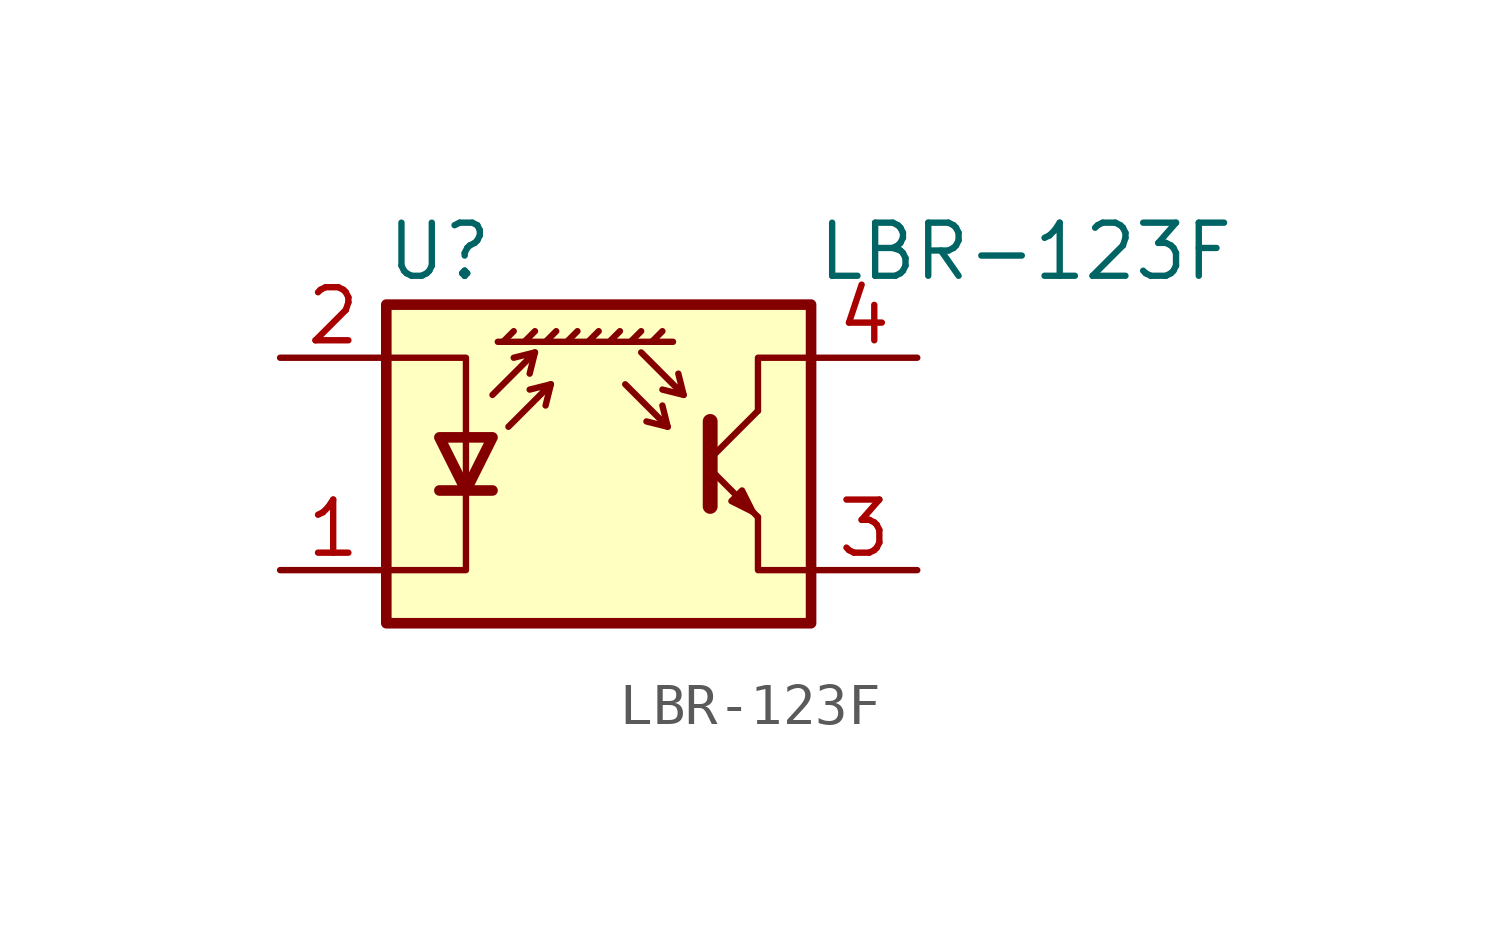
<source format=kicad_sym>
(kicad_symbol_lib
  (version 20220914)
  (generator kicad_symbol_editor)
  (symbol "LBR-123F"
    (pin_names
      (offset 0.025) hide)
    (property "Reference" "U"
      (at -3.81 5.08 0)
      (effects (font (size 1.27 1.27))))
    (property "Value" "LBR-123F"
      (at 15.24 5.08 0)
      (effects (font (size 1.27 1.27)) (justify right)))
    (symbol "LBR-123F_0_1"
      (polyline (pts (xy -3.81 -0.635) (xy -2.54 -0.635)) (stroke (width 0.254) (type default)) (fill (type none)))
      (polyline (pts (xy -2.286 2.921) (xy -2.032 3.175)) (stroke (width 0) (type default)) (fill (type none)))
      (polyline (pts (xy -1.778 2.921) (xy -1.524 3.175)) (stroke (width 0) (type default)) (fill (type none)))
      (polyline (pts (xy -1.524 2.667) (xy -1.651 2.159)) (stroke (width 0) (type default)) (fill (type none)))
      (polyline (pts (xy -1.27 2.921) (xy -1.016 3.175)) (stroke (width 0) (type default)) (fill (type none)))
      (polyline (pts (xy -1.143 1.905) (xy -1.27 1.397)) (stroke (width 0) (type default)) (fill (type none)))
      (polyline (pts (xy -0.762 2.921) (xy -0.508 3.175)) (stroke (width 0) (type default)) (fill (type none)))
      (polyline (pts (xy -0.254 2.921) (xy 0 3.175)) (stroke (width 0) (type default)) (fill (type none)))
      (polyline (pts (xy 0.254 2.921) (xy 0.508 3.175)) (stroke (width 0) (type default)) (fill (type none)))
      (polyline (pts (xy 0.762 2.921) (xy 1.016 3.175)) (stroke (width 0) (type default)) (fill (type none)))
      (polyline (pts (xy 1.27 2.921) (xy 1.524 3.175)) (stroke (width 0) (type default)) (fill (type none)))
      (polyline (pts (xy 1.651 0.889) (xy 1.143 1.016)) (stroke (width 0) (type default)) (fill (type none)))
      (polyline (pts (xy 1.778 2.921) (xy -2.413 2.921)) (stroke (width 0) (type default)) (fill (type none)))
      (polyline (pts (xy 2.032 1.651) (xy 1.524 1.778)) (stroke (width 0) (type default)) (fill (type none)))
      (polyline (pts (xy 2.667 -0.127) (xy 3.81 -1.27)) (stroke (width 0) (type default)) (fill (type none)))
      (polyline (pts (xy 2.667 0.127) (xy 3.81 1.27)) (stroke (width 0) (type default)) (fill (type none)))
      (polyline (pts (xy -2.54 1.651) (xy -1.524 2.667) (xy -2.032 2.54)) (stroke (width 0) (type default)) (fill (type none)))
      (polyline (pts (xy -2.159 0.889) (xy -1.143 1.905) (xy -1.651 1.778)) (stroke (width 0) (type default)) (fill (type none)))
      (polyline (pts (xy 0.635 1.905) (xy 1.651 0.889) (xy 1.524 1.397)) (stroke (width 0) (type default)) (fill (type none)))
      (polyline (pts (xy 1.016 2.667) (xy 2.032 1.651) (xy 1.905 2.159)) (stroke (width 0) (type default)) (fill (type none)))
      (polyline (pts (xy 2.667 1.016) (xy 2.667 -1.016) (xy 2.667 -1.016)) (stroke (width 0.356) (type default)) (fill (type none)))
      (polyline (pts (xy 3.81 -1.27) (xy 3.81 -2.54) (xy 5.08 -2.54)) (stroke (width 0) (type default)) (fill (type none)))
      (polyline (pts (xy 3.81 1.27) (xy 3.81 2.54) (xy 5.08 2.54)) (stroke (width 0) (type default)) (fill (type none)))
      (polyline (pts (xy -5.08 -2.54) (xy -3.175 -2.54) (xy -3.175 2.54) (xy -5.08 2.54)) (stroke (width 0) (type default)) (fill (type none)))
      (polyline (pts (xy -3.175 -0.635) (xy -3.81 0.635) (xy -2.54 0.635) (xy -3.175 -0.635)) (stroke (width 0.254) (type default)) (fill (type none)))
      (polyline (pts (xy 3.683 -1.143) (xy 3.429 -0.635) (xy 3.175 -0.889) (xy 3.683 -1.143)) (stroke (width 0) (type default)) (fill (type none)))
      (polyline (pts (xy -5.08 -3.81) (xy 5.08 -3.81) (xy 5.08 3.81) (xy -5.08 3.81) (xy -5.08 -3.81)) (stroke (width 0.254) (type default)) (fill (type background))))
    (symbol "LBR-123F_1_1"
      (pin passive line (at -7.62 -2.54 0) (length 2.54) (name "K" (effects (font (size 1.27 1.27)))) (number "1" (effects (font (size 1.27 1.27)))))
      (pin passive line (at -7.62 2.54 0) (length 2.54) (name "A" (effects (font (size 1.27 1.27)))) (number "2" (effects (font (size 1.27 1.27)))))
      (pin open_emitter line (at 7.62 -2.54 180) (length 2.54) (name "~" (effects (font (size 1.27 1.27)))) (number "3" (effects (font (size 1.27 1.27)))))
      (pin open_collector line (at 7.62 2.54 180) (length 2.54) (name "~" (effects (font (size 1.27 1.27)))) (number "4" (effects (font (size 1.27 1.27))))))))
</source>
